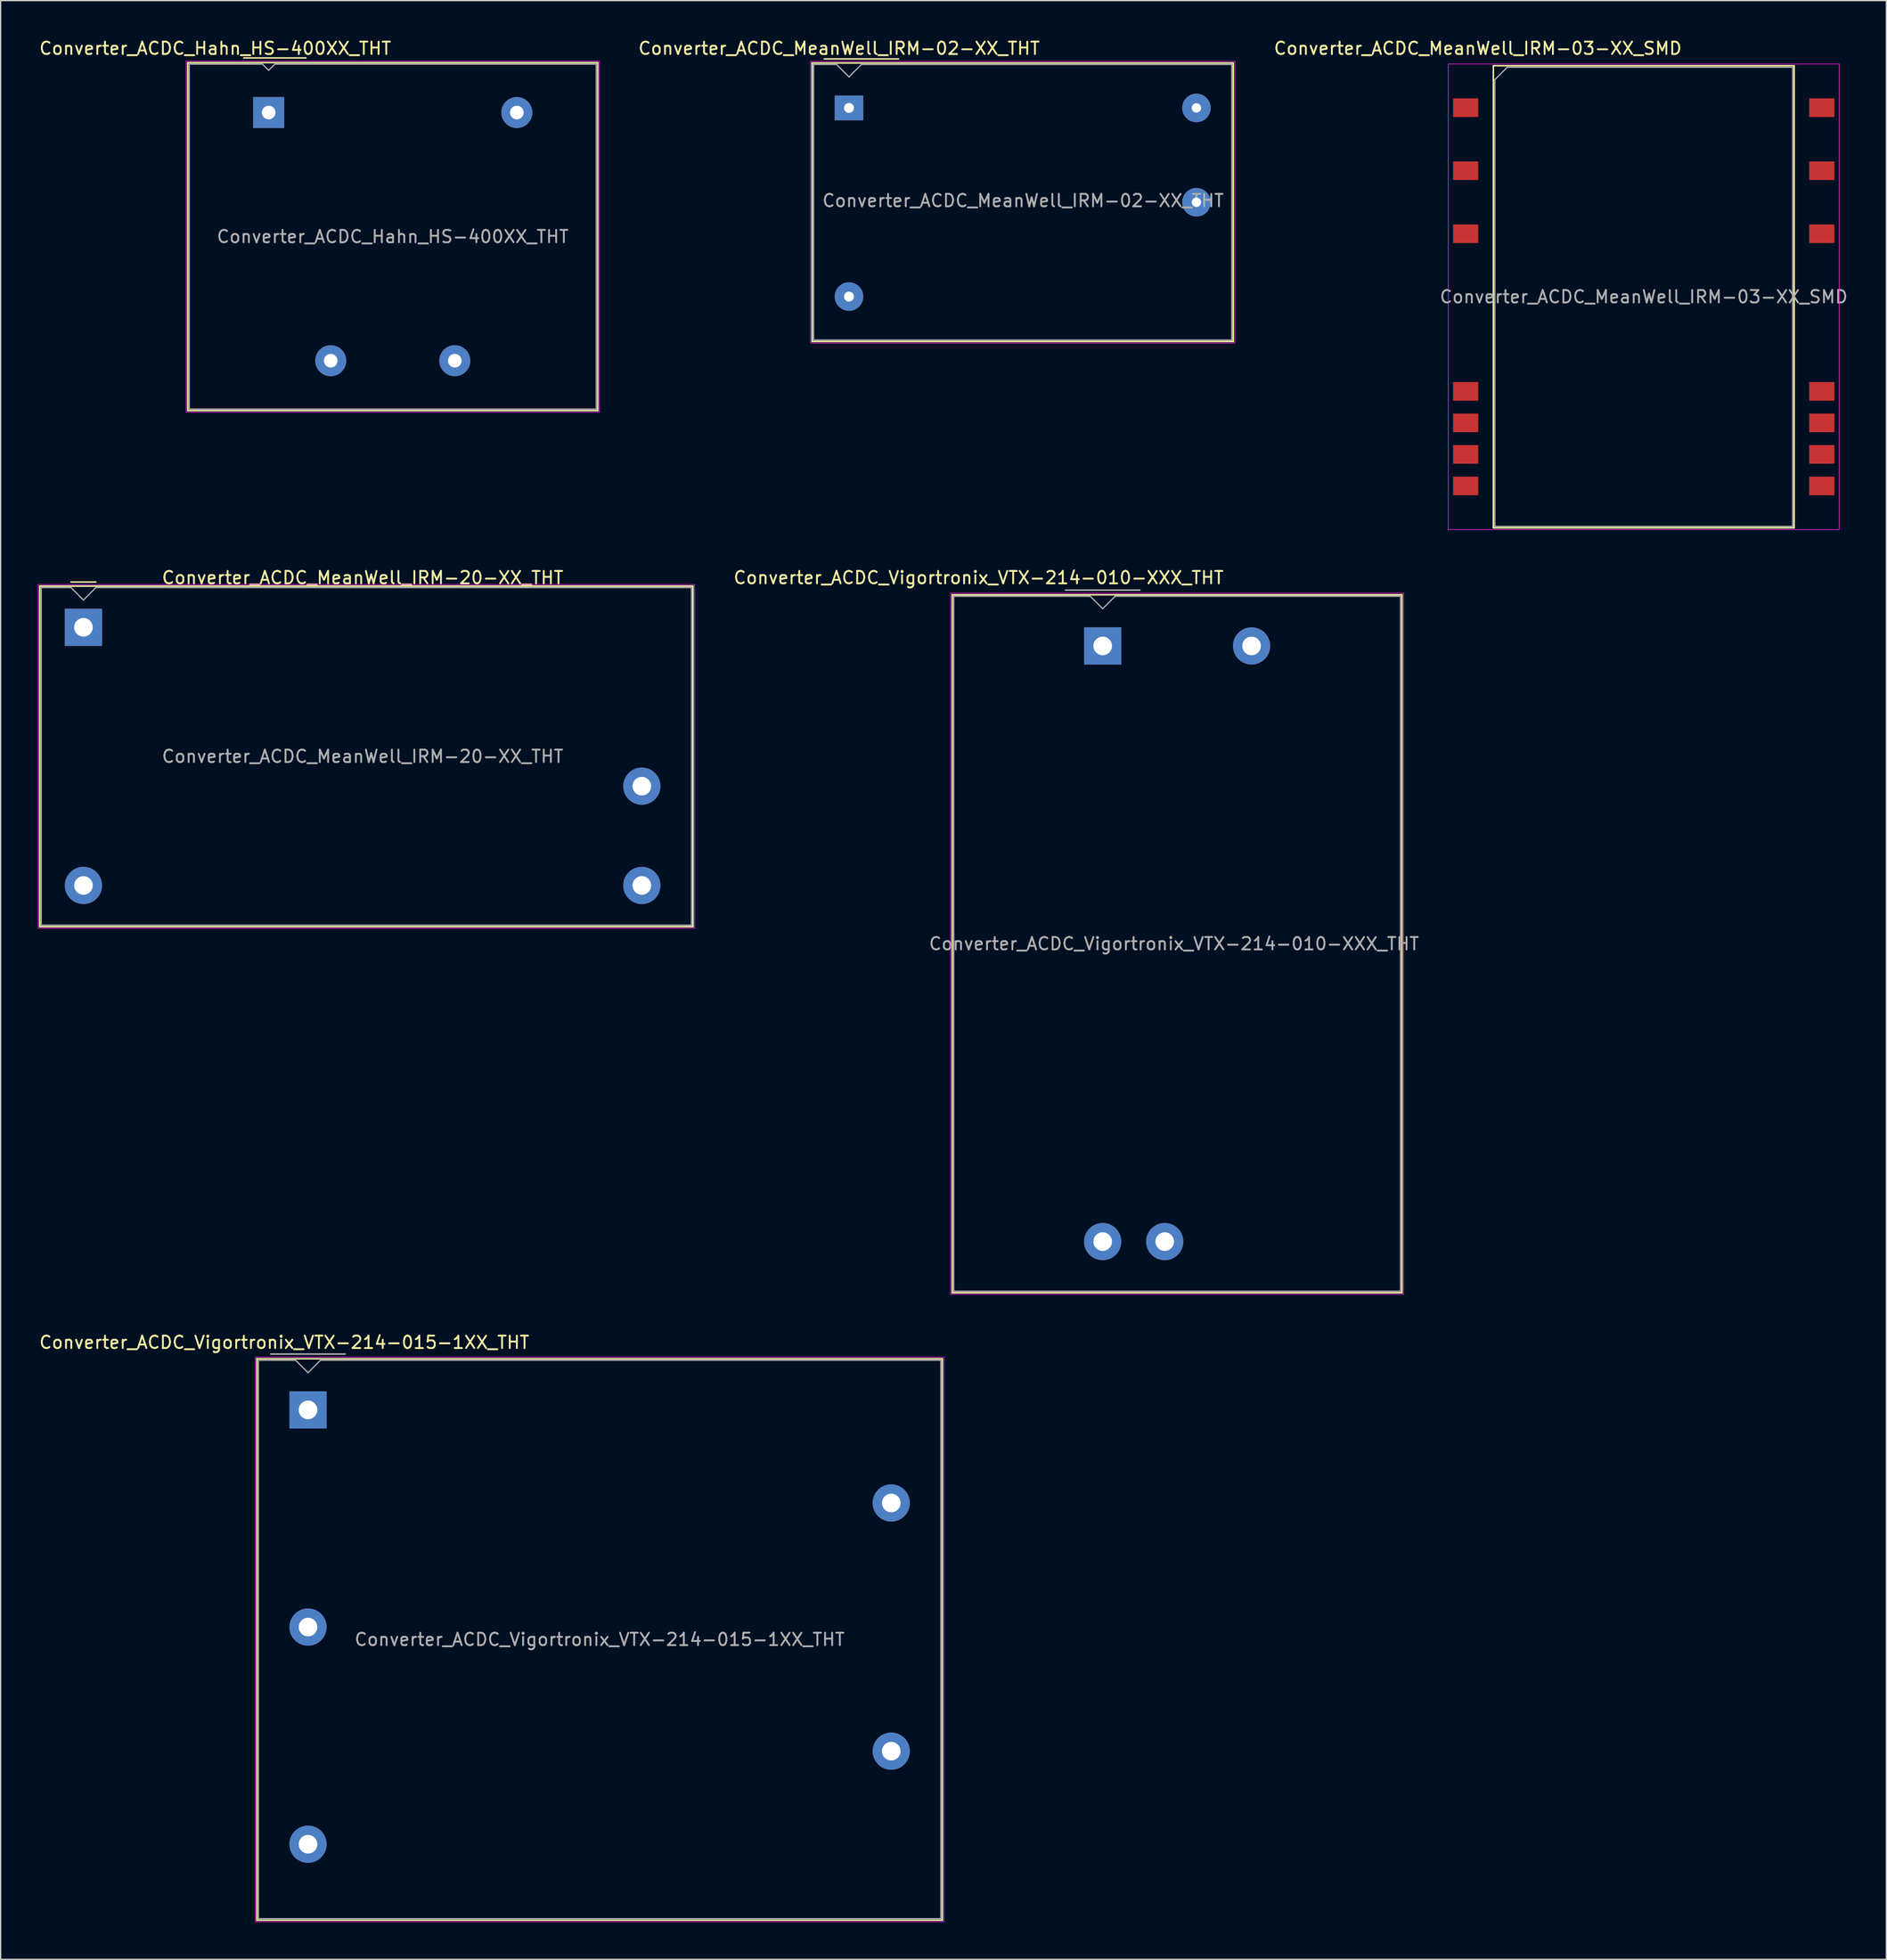
<source format=kicad_pcb>
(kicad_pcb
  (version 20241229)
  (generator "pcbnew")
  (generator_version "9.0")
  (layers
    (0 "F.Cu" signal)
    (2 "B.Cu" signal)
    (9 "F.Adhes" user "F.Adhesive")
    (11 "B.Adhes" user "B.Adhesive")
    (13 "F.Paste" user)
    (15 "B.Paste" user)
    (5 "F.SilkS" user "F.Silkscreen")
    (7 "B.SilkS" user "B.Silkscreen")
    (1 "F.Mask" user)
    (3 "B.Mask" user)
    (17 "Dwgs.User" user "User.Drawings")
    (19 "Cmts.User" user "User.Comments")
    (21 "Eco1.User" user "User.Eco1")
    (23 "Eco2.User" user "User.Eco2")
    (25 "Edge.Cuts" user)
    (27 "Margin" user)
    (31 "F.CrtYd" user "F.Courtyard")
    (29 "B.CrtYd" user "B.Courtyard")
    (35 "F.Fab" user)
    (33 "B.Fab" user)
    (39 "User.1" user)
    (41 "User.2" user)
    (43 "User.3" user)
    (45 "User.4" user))
  (footprint "Converter_ACDC_Hahn_HS-400XX_THT"
    (layer "F.Cu")
    (at 18.602 6.018)
    (property "Reference" "Converter_ACDC_Hahn_HS-400XX_THT" (at -4.31 -5.17 180) (layer "F.SilkS") (effects (font (size 1 1) (thickness 0.15))))
    (attr through_hole)
    (fp_line (start -6.52 -4.02) (end 26.52 -4.02) (stroke (width 0.12) (type solid)) (layer "F.SilkS"))
    (fp_line (start -6.52 24.02) (end -6.52 -4.02) (stroke (width 0.12) (type solid)) (layer "F.SilkS"))
    (fp_line (start -2 -4.4) (end 3 -4.4) (stroke (width 0.12) (type solid)) (layer "F.SilkS"))
    (fp_line (start 26.52 -4.02) (end 26.52 24.02) (stroke (width 0.12) (type solid)) (layer "F.SilkS"))
    (fp_line (start 26.52 24.02) (end -6.52 24.02) (stroke (width 0.12) (type solid)) (layer "F.SilkS"))
    (fp_line (start -6.65 -4.15) (end 26.65 -4.15) (stroke (width 0.05) (type solid)) (layer "F.CrtYd"))
    (fp_line (start -6.65 24.15) (end -6.65 -4.15) (stroke (width 0.05) (type solid)) (layer "F.CrtYd"))
    (fp_line (start 26.65 -4.15) (end 26.65 24.15) (stroke (width 0.05) (type solid)) (layer "F.CrtYd"))
    (fp_line (start 26.65 24.15) (end -6.65 24.15) (stroke (width 0.05) (type solid)) (layer "F.CrtYd"))
    (fp_line (start -6.4 -3.9) (end -6.4 23.9) (stroke (width 0.1) (type solid)) (layer "F.Fab"))
    (fp_line (start -6.4 -3.9) (end -0.5 -3.9) (stroke (width 0.1) (type solid)) (layer "F.Fab"))
    (fp_line (start -6.4 23.9) (end 26.4 23.9) (stroke (width 0.1) (type solid)) (layer "F.Fab"))
    (fp_line (start -0.5 -3.9) (end 0 -3.4) (stroke (width 0.1) (type solid)) (layer "F.Fab"))
    (fp_line (start 0 -3.4) (end 0.5 -3.9) (stroke (width 0.1) (type solid)) (layer "F.Fab"))
    (fp_line (start 0.5 -3.9) (end 26.4 -3.9) (stroke (width 0.1) (type solid)) (layer "F.Fab"))
    (fp_line (start 26.4 -3.9) (end 26.4 23.9) (stroke (width 0.1) (type solid)) (layer "F.Fab"))
    (fp_text user "${REFERENCE}" (at 10 10 0) (layer "F.Fab") (effects (font (size 1 1) (thickness 0.15))))
    (pad "1" thru_hole rect (at 0 0 270) (size 2.5 2.5) (drill 1.1) (layers "*.Cu" "*.Mask"))
    (pad "5" thru_hole circle (at 20 0 270) (size 2.5 2.5) (drill 1.1) (layers "*.Cu" "*.Mask"))
    (pad "7" thru_hole circle (at 15 20 270) (size 2.5 2.5) (drill 1.1) (layers "*.Cu" "*.Mask"))
    (pad "9" thru_hole circle (at 5 20 270) (size 2.5 2.5) (drill 1.1) (layers "*.Cu" "*.Mask")))
  (footprint "Converter_ACDC_Vigortronix_VTX-214-010-XXX_THT"
    (layer "F.Cu")
    (at 85.813 49.002)
    (property "Reference" "Converter_ACDC_Vigortronix_VTX-214-010-XXX_THT" (at -10 -5.5 0) (layer "F.SilkS") (effects (font (size 1 1) (thickness 0.15))))
    (attr through_hole)
    (fp_line (start -12.12 -4.12) (end 24.12 -4.12) (stroke (width 0.12) (type solid)) (layer "F.SilkS"))
    (fp_line (start -12.12 52.12) (end -12.12 -4.12) (stroke (width 0.12) (type solid)) (layer "F.SilkS"))
    (fp_line (start 24.12 -4.12) (end 24.12 52.12) (stroke (width 0.12) (type solid)) (layer "F.SilkS"))
    (fp_line (start 24.12 52.12) (end -12.12 52.12) (stroke (width 0.12) (type solid)) (layer "F.SilkS"))
    (fp_line (start -12.25 -4.25) (end 24.25 -4.25) (stroke (width 0.05) (type solid)) (layer "F.CrtYd"))
    (fp_line (start -12.25 52.25) (end -12.25 -4.25) (stroke (width 0.05) (type solid)) (layer "F.CrtYd"))
    (fp_line (start 24.25 -4.25) (end 24.25 52.25) (stroke (width 0.05) (type solid)) (layer "F.CrtYd"))
    (fp_line (start 24.25 52.25) (end -12.25 52.25) (stroke (width 0.05) (type solid)) (layer "F.CrtYd"))
    (fp_line (start -12 -4) (end -1 -4) (stroke (width 0.1) (type solid)) (layer "F.Fab"))
    (fp_line (start -12 52) (end -12 -4) (stroke (width 0.1) (type solid)) (layer "F.Fab"))
    (fp_line (start -3 -4.5) (end 3 -4.5) (stroke (width 0.12) (type solid)) (layer "F.Fab"))
    (fp_line (start -1 -4) (end 0 -3) (stroke (width 0.1) (type solid)) (layer "F.Fab"))
    (fp_line (start 0 -3) (end 1 -4) (stroke (width 0.1) (type solid)) (layer "F.Fab"))
    (fp_line (start 1 -4) (end 24 -4) (stroke (width 0.1) (type solid)) (layer "F.Fab"))
    (fp_line (start 24 -4) (end 24 52) (stroke (width 0.1) (type solid)) (layer "F.Fab"))
    (fp_line (start 24 52) (end -12 52) (stroke (width 0.1) (type solid)) (layer "F.Fab"))
    (fp_text user "${REFERENCE}" (at 5.75 24 0) (layer "F.Fab") (effects (font (size 1 1) (thickness 0.15))))
    (pad "1" thru_hole rect (at 0 0) (size 3 3) (drill 1.5) (layers "*.Cu" "*.Mask"))
    (pad "2" thru_hole circle (at 12 0) (size 3 3) (drill 1.5) (layers "*.Cu" "*.Mask"))
    (pad "3" thru_hole circle (at 0 48) (size 3 3) (drill 1.5) (layers "*.Cu" "*.Mask"))
    (pad "4" thru_hole circle (at 5 48) (size 3 3) (drill 1.5) (layers "*.Cu" "*.Mask")))
  (footprint "Converter_ACDC_MeanWell_IRM-03-XX_SMD"
    (layer "F.Cu")
    (at 129.417 20.868)
    (property "Reference" "Converter_ACDC_MeanWell_IRM-03-XX_SMD" (at -13.37 -20.02 0) (layer "F.SilkS") (effects (font (size 1 1) (thickness 0.15))))
    (attr smd)
    (fp_line (start -12.12 -18.62) (end 12.12 -18.62) (stroke (width 0.12) (type solid)) (layer "F.SilkS"))
    (fp_line (start -12.12 18.62) (end -12.12 -18.62) (stroke (width 0.12) (type solid)) (layer "F.SilkS"))
    (fp_line (start 12.12 -18.62) (end 12.12 18.62) (stroke (width 0.12) (type solid)) (layer "F.SilkS"))
    (fp_line (start 12.12 18.62) (end -12.12 18.62) (stroke (width 0.12) (type solid)) (layer "F.SilkS"))
    (fp_line (start -15.75 -18.76) (end -15.75 18.76) (stroke (width 0.05) (type solid)) (layer "F.CrtYd"))
    (fp_line (start -15.75 18.76) (end 15.75 18.76) (stroke (width 0.05) (type solid)) (layer "F.CrtYd"))
    (fp_line (start 15.75 -18.76) (end -15.75 -18.76) (stroke (width 0.05) (type solid)) (layer "F.CrtYd"))
    (fp_line (start 15.75 18.76) (end 15.75 -18.76) (stroke (width 0.05) (type solid)) (layer "F.CrtYd"))
    (fp_line (start -12 -17.5) (end -12 18.5) (stroke (width 0.1) (type solid)) (layer "F.Fab"))
    (fp_line (start -12 -17.5) (end -11 -18.5) (stroke (width 0.1) (type solid)) (layer "F.Fab"))
    (fp_line (start -12 18.5) (end 12 18.5) (stroke (width 0.1) (type solid)) (layer "F.Fab"))
    (fp_line (start 12 -18.5) (end -11 -18.5) (stroke (width 0.1) (type solid)) (layer "F.Fab"))
    (fp_line (start 12 18.5) (end 12 -18.5) (stroke (width 0.1) (type solid)) (layer "F.Fab"))
    (fp_text user "${REFERENCE}" (at 0 0 0) (layer "F.Fab") (effects (font (size 1 1) (thickness 0.15))))
    (pad "1" smd rect (at -14.35 -15.24 270) (size 1.5 2.03) (layers "F.Cu" "F.Mask" "F.Paste"))
    (pad "3" smd rect (at -14.35 -10.16 270) (size 1.5 2.03) (layers "F.Cu" "F.Mask" "F.Paste"))
    (pad "5" smd rect (at -14.35 -5.08 270) (size 1.5 2.03) (layers "F.Cu" "F.Mask" "F.Paste"))
    (pad "10" smd rect (at -14.35 7.62 270) (size 1.5 2.03) (layers "F.Cu" "F.Mask" "F.Paste"))
    (pad "11" smd rect (at -14.35 10.16 270) (size 1.5 2.03) (layers "F.Cu" "F.Mask" "F.Paste"))
    (pad "12" smd rect (at -14.35 12.7 270) (size 1.5 2.03) (layers "F.Cu" "F.Mask" "F.Paste"))
    (pad "13" smd rect (at -14.35 15.24 270) (size 1.5 2.03) (layers "F.Cu" "F.Mask" "F.Paste"))
    (pad "14" smd rect (at 14.35 15.24 270) (size 1.5 2.03) (layers "F.Cu" "F.Mask" "F.Paste"))
    (pad "15" smd rect (at 14.35 12.7 270) (size 1.5 2.03) (layers "F.Cu" "F.Mask" "F.Paste"))
    (pad "16" smd rect (at 14.35 10.16 270) (size 1.5 2.03) (layers "F.Cu" "F.Mask" "F.Paste"))
    (pad "17" smd rect (at 14.35 7.62 270) (size 1.5 2.03) (layers "F.Cu" "F.Mask" "F.Paste"))
    (pad "22" smd rect (at 14.35 -5.08 270) (size 1.5 2.03) (layers "F.Cu" "F.Mask" "F.Paste"))
    (pad "24" smd rect (at 14.35 -10.16 270) (size 1.5 2.03) (layers "F.Cu" "F.Mask" "F.Paste"))
    (pad "26" smd rect (at 14.35 -15.24 270) (size 1.5 2.03) (layers "F.Cu" "F.Mask" "F.Paste")))
  (footprint "Converter_ACDC_MeanWell_IRM-02-XX_THT"
    (layer "F.Cu")
    (at 65.368 5.648)
    (property "Reference" "Converter_ACDC_MeanWell_IRM-02-XX_THT" (at -0.8 -4.8 0) (layer "F.SilkS") (effects (font (size 1 1) (thickness 0.15))))
    (attr through_hole)
    (fp_line (start -2.97 -3.62) (end 30.97 -3.62) (stroke (width 0.12) (type solid)) (layer "F.SilkS"))
    (fp_line (start -2.97 18.82) (end -2.97 -3.62) (stroke (width 0.12) (type solid)) (layer "F.SilkS"))
    (fp_line (start -2.97 18.82) (end 30.97 18.82) (stroke (width 0.12) (type solid)) (layer "F.SilkS"))
    (fp_line (start -2 -3.95) (end 4 -3.95) (stroke (width 0.12) (type solid)) (layer "F.SilkS"))
    (fp_line (start 30.97 -3.62) (end 30.97 18.82) (stroke (width 0.12) (type solid)) (layer "F.SilkS"))
    (fp_line (start -3.1 -3.75) (end 31.1 -3.75) (stroke (width 0.05) (type solid)) (layer "F.CrtYd"))
    (fp_line (start -3.1 18.95) (end -3.1 -3.75) (stroke (width 0.05) (type solid)) (layer "F.CrtYd"))
    (fp_line (start -3.1 18.95) (end 31.1 18.95) (stroke (width 0.05) (type solid)) (layer "F.CrtYd"))
    (fp_line (start 31.1 18.95) (end 31.1 -3.75) (stroke (width 0.05) (type solid)) (layer "F.CrtYd"))
    (fp_line (start -2.85 18.7) (end -2.85 -3.5) (stroke (width 0.1) (type solid)) (layer "F.Fab"))
    (fp_line (start -2.85 18.7) (end 30.85 18.7) (stroke (width 0.1) (type solid)) (layer "F.Fab"))
    (fp_line (start -1 -3.5) (end -2.85 -3.5) (stroke (width 0.1) (type solid)) (layer "F.Fab"))
    (fp_line (start 0 -2.5) (end -1 -3.5) (stroke (width 0.1) (type solid)) (layer "F.Fab"))
    (fp_line (start 1 -3.5) (end 0 -2.5) (stroke (width 0.1) (type solid)) (layer "F.Fab"))
    (fp_line (start 1 -3.5) (end 30.85 -3.5) (stroke (width 0.1) (type solid)) (layer "F.Fab"))
    (fp_line (start 30.85 18.7) (end 30.85 -3.5) (stroke (width 0.1) (type solid)) (layer "F.Fab"))
    (fp_text user "${REFERENCE}" (at 14.03 7.47 0) (layer "F.Fab") (effects (font (size 1 1) (thickness 0.15))))
    (pad "1" thru_hole rect (at 0 0) (size 2.3 2) (drill 0.8) (layers "*.Cu" "*.Mask"))
    (pad "2" thru_hole circle (at 0 15.2) (size 2.3 2.3) (drill 0.8) (layers "*.Cu" "*.Mask"))
    (pad "3" thru_hole circle (at 28 0) (size 2.3 2.3) (drill 0.76) (layers "*.Cu" "*.Mask"))
    (pad "4" thru_hole circle (at 28 7.6) (size 2.3 2.3) (drill 0.76) (layers "*.Cu" "*.Mask")))
  (footprint "Converter_ACDC_MeanWell_IRM-20-XX_THT"
    (layer "F.Cu")
    (at 3.675 47.502)
    (property "Reference" "Converter_ACDC_MeanWell_IRM-20-XX_THT" (at 22.5 -4 0) (layer "F.SilkS") (effects (font (size 1 1) (thickness 0.15))))
    (attr through_hole)
    (fp_line (start -3.52 -3.32) (end -3.52 24.12) (stroke (width 0.12) (type solid)) (layer "F.SilkS"))
    (fp_line (start -3.52 -3.32) (end 49.12 -3.32) (stroke (width 0.12) (type solid)) (layer "F.SilkS"))
    (fp_line (start -3.52 24.12) (end 49.12 24.12) (stroke (width 0.12) (type solid)) (layer "F.SilkS"))
    (fp_line (start 1 -3.65) (end -1 -3.65) (stroke (width 0.12) (type solid)) (layer "F.SilkS"))
    (fp_line (start 49.12 -3.32) (end 49.12 24.12) (stroke (width 0.12) (type solid)) (layer "F.SilkS"))
    (fp_line (start -3.65 -3.45) (end -3.65 24.25) (stroke (width 0.05) (type solid)) (layer "F.CrtYd"))
    (fp_line (start -3.65 -3.45) (end 49.25 -3.45) (stroke (width 0.05) (type solid)) (layer "F.CrtYd"))
    (fp_line (start -3.65 24.25) (end 49.25 24.25) (stroke (width 0.05) (type solid)) (layer "F.CrtYd"))
    (fp_line (start 49.25 -3.45) (end 49.25 24.25) (stroke (width 0.05) (type solid)) (layer "F.CrtYd"))
    (fp_line (start -3.4 -3.2) (end -3.4 24) (stroke (width 0.1) (type solid)) (layer "F.Fab"))
    (fp_line (start -3.4 24) (end 49 24) (stroke (width 0.1) (type solid)) (layer "F.Fab"))
    (fp_line (start -1 -3.2) (end -3.4 -3.2) (stroke (width 0.1) (type solid)) (layer "F.Fab"))
    (fp_line (start 0 -2.2) (end -1 -3.2) (stroke (width 0.1) (type solid)) (layer "F.Fab"))
    (fp_line (start 1 -3.2) (end 0 -2.2) (stroke (width 0.1) (type solid)) (layer "F.Fab"))
    (fp_line (start 49 -3.2) (end 1 -3.2) (stroke (width 0.1) (type solid)) (layer "F.Fab"))
    (fp_line (start 49 -3.2) (end 49 24) (stroke (width 0.1) (type solid)) (layer "F.Fab"))
    (fp_text user "${REFERENCE}" (at 22.5 10.4 0) (layer "F.Fab") (effects (font (size 1 1) (thickness 0.15))))
    (pad "1" thru_hole rect (at 0 0) (size 3 3) (drill 1.5) (layers "*.Cu" "*.Mask"))
    (pad "2" thru_hole circle (at 0 20.8) (size 3 3) (drill 1.5) (layers "*.Cu" "*.Mask"))
    (pad "3" thru_hole circle (at 45 20.8) (size 3 3) (drill 1.5) (layers "*.Cu" "*.Mask"))
    (pad "4" thru_hole circle (at 45 12.8) (size 3 3) (drill 1.5) (layers "*.Cu" "*.Mask")))
  (footprint "Converter_ACDC_Vigortronix_VTX-214-015-1XX_THT"
    (layer "F.Cu")
    (at 21.773 110.565)
    (property "Reference" "Converter_ACDC_Vigortronix_VTX-214-015-1XX_THT" (at -1.91 -5.44 0) (layer "F.SilkS") (effects (font (size 1 1) (thickness 0.15))))
    (attr through_hole)
    (fp_line (start -4.12 -4.12) (end 51.12 -4.12) (stroke (width 0.12) (type solid)) (layer "F.SilkS"))
    (fp_line (start -4.12 41.12) (end -4.12 -4.12) (stroke (width 0.12) (type solid)) (layer "F.SilkS"))
    (fp_line (start 51.12 -4.12) (end 51.12 41.12) (stroke (width 0.12) (type solid)) (layer "F.SilkS"))
    (fp_line (start 51.12 41.12) (end -4.12 41.12) (stroke (width 0.12) (type solid)) (layer "F.SilkS"))
    (fp_line (start -4.25 -4.25) (end 51.25 -4.25) (stroke (width 0.05) (type solid)) (layer "F.CrtYd"))
    (fp_line (start -4.25 41.25) (end -4.25 -4.25) (stroke (width 0.05) (type solid)) (layer "F.CrtYd"))
    (fp_line (start 51.25 -4.25) (end 51.25 41.25) (stroke (width 0.05) (type solid)) (layer "F.CrtYd"))
    (fp_line (start 51.25 41.25) (end -4.25 41.25) (stroke (width 0.05) (type solid)) (layer "F.CrtYd"))
    (fp_line (start -4 -4) (end -1 -4) (stroke (width 0.1) (type solid)) (layer "F.Fab"))
    (fp_line (start -4 41) (end -4 -4) (stroke (width 0.1) (type solid)) (layer "F.Fab"))
    (fp_line (start -3 -4.5) (end 3 -4.5) (stroke (width 0.12) (type solid)) (layer "F.Fab"))
    (fp_line (start -1 -4) (end 0 -3) (stroke (width 0.1) (type solid)) (layer "F.Fab"))
    (fp_line (start 0 -3) (end 1 -4) (stroke (width 0.1) (type solid)) (layer "F.Fab"))
    (fp_line (start 1 -4) (end 51 -4) (stroke (width 0.1) (type solid)) (layer "F.Fab"))
    (fp_line (start 51 -4) (end 51 41) (stroke (width 0.1) (type solid)) (layer "F.Fab"))
    (fp_line (start 51 41) (end -4 41) (stroke (width 0.1) (type solid)) (layer "F.Fab"))
    (fp_text user "${REFERENCE}" (at 23.5 18.5 0) (layer "F.Fab") (effects (font (size 1 1) (thickness 0.15))))
    (pad "1" thru_hole rect (at 0 0) (size 3 3) (drill 1.5) (layers "*.Cu" "*.Mask"))
    (pad "2" thru_hole circle (at 0 17.5) (size 3 3) (drill 1.5) (layers "*.Cu" "*.Mask"))
    (pad "3" thru_hole circle (at 0 35) (size 3 3) (drill 1.5) (layers "*.Cu" "*.Mask"))
    (pad "4" thru_hole circle (at 47 27.5) (size 3 3) (drill 1.5) (layers "*.Cu" "*.Mask"))
    (pad "5" thru_hole circle (at 47 7.5) (size 3 3) (drill 1.5) (layers "*.Cu" "*.Mask")))
  (gr_rect
    (start -3 -3)
    (end 148.97 154.84)
    (stroke (width 0.1) (type default))
    (fill no)
    (layer "Edge.Cuts")))
</source>
